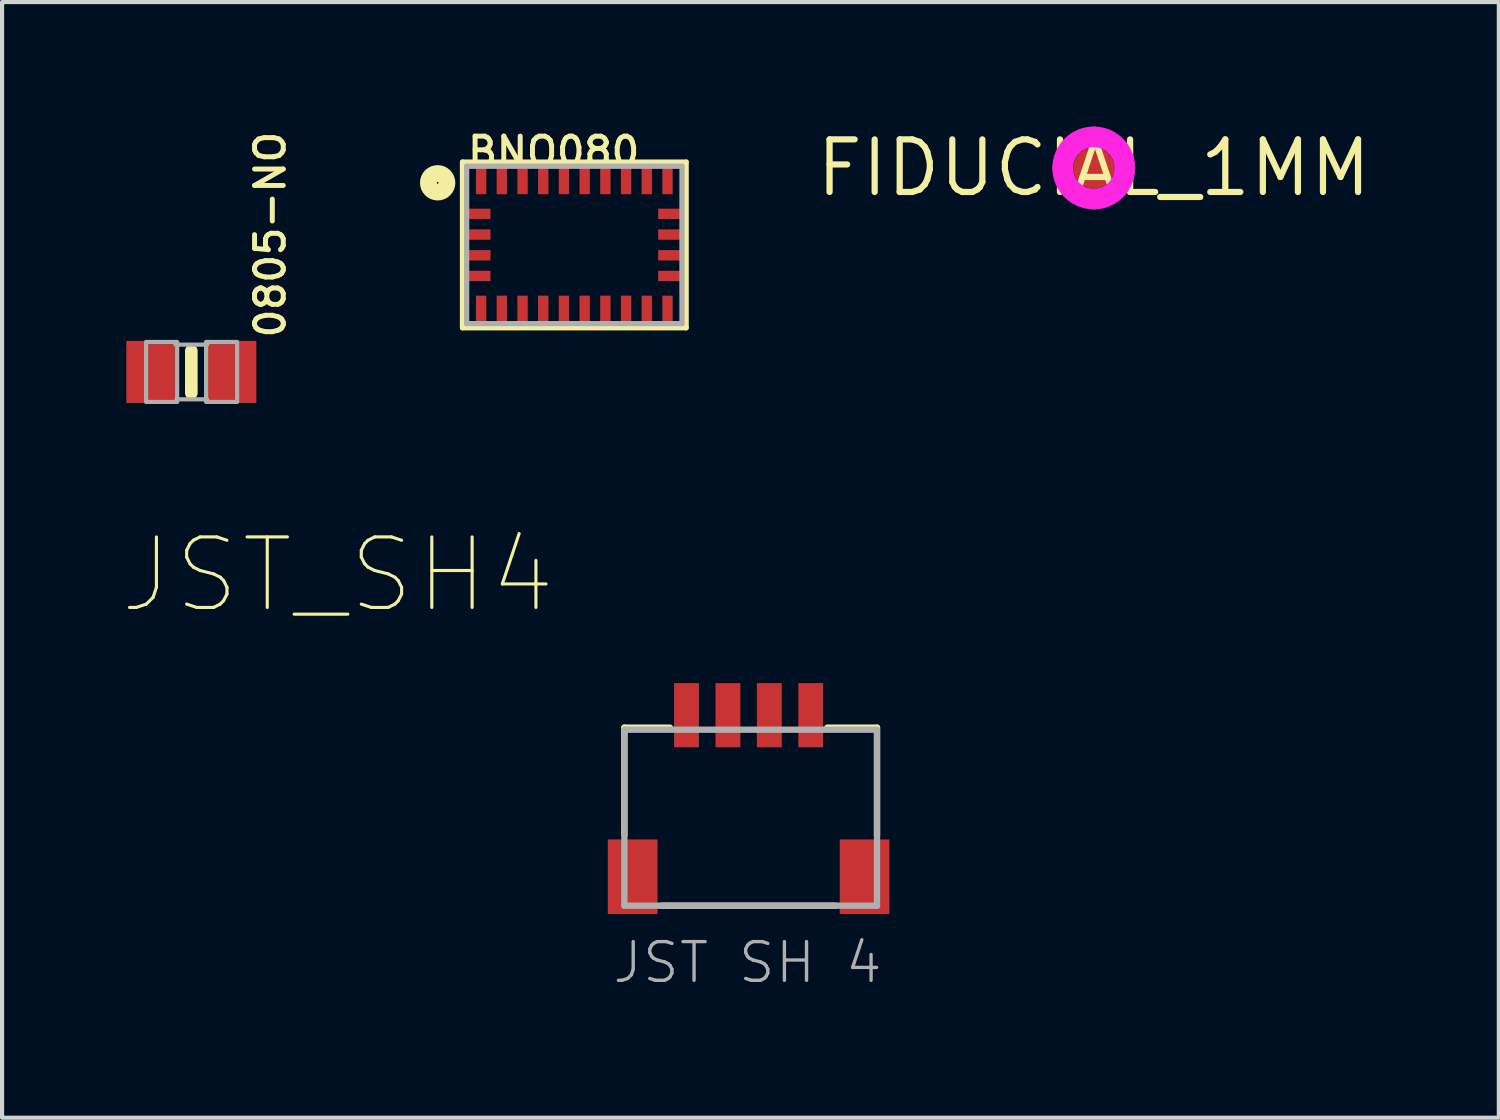
<source format=kicad_pcb>
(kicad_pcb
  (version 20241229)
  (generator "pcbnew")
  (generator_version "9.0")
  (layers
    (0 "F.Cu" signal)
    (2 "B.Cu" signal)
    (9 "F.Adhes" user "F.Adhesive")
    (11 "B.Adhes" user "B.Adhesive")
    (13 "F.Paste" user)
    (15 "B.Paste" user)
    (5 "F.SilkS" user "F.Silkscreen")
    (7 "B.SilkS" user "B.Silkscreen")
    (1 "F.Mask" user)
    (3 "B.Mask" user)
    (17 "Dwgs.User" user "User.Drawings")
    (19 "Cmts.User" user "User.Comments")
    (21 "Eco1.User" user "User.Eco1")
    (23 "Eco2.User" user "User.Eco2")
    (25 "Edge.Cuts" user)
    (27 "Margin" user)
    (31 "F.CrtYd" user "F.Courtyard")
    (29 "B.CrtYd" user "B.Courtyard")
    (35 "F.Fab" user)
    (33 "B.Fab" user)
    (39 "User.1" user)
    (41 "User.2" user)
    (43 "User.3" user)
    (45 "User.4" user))
  (footprint "FIDUCIAL_1MM"
    (layer "F.Cu")
    (at 23.362 1.006)
    (property "Reference" "FIDUCIAL_1MM" (at 0 0 0) (layer "F.SilkS") (effects (font (size 1.27 1.27) (thickness 0.15))))
    (fp_arc (start -0.75 0) (mid -0.53033 -0.53033) (end 0 -0.75) (stroke (width 0.5) (type solid)) (layer "F.Mask"))
    (fp_arc (start 0 -0.75) (mid 0.53033 -0.53033) (end 0.75 0) (stroke (width 0.5) (type solid)) (layer "F.Mask"))
    (fp_arc (start 0 0.75) (mid -0.53033 0.53033) (end -0.75 0) (stroke (width 0.5) (type solid)) (layer "F.Mask"))
    (fp_arc (start 0.75 0) (mid 0.53033 0.53033) (end 0 0.75) (stroke (width 0.5) (type solid)) (layer "F.Mask"))
    (fp_arc (start -0.75 0) (mid -0.53033 -0.53033) (end 0 -0.75) (stroke (width 0.5) (type solid)) (layer "F.CrtYd"))
    (fp_arc (start 0 -0.75) (mid 0.53033 -0.53033) (end 0.75 0) (stroke (width 0.5) (type solid)) (layer "F.CrtYd"))
    (fp_arc (start 0 0.75) (mid -0.53033 0.53033) (end -0.75 0) (stroke (width 0.5) (type solid)) (layer "F.CrtYd"))
    (fp_arc (start 0.75 0) (mid 0.53033 0.53033) (end 0 0.75) (stroke (width 0.5) (type solid)) (layer "F.CrtYd"))
    (pad "1" smd roundrect (at 0 0) (size 1 1) (layers "F.Cu" "F.Mask") (roundrect_rratio 0.5)))
  (footprint "0805-NO"
    (layer "F.Cu")
    (at 1.57 5.932)
    (property "Reference" "0805-NO" (at 1.905 -0.762 270) (layer "F.SilkS") (effects (font (size 0.693 0.693) (thickness 0.12)) (justify left)))
    (fp_line (start 0 -0.508) (end 0 0.508) (stroke (width 0.305) (type solid)) (layer "F.SilkS"))
    (fp_line (start -0.381 -0.66) (end 0.381 -0.66) (stroke (width 0.102) (type solid)) (layer "F.Fab"))
    (fp_line (start -0.356 0.66) (end 0.381 0.66) (stroke (width 0.102) (type solid)) (layer "F.Fab"))
    (fp_poly (pts (xy -1.092 0.724) (xy -0.342 0.724) (xy -0.342 -0.726) (xy -1.092 -0.726)) (stroke (width 0.1) (type solid)) (fill no) (layer "F.Fab"))
    (fp_poly (pts (xy 0.356 0.724) (xy 1.106 0.724) (xy 1.106 -0.726) (xy 0.356 -0.726)) (stroke (width 0.1) (type solid)) (fill no) (layer "F.Fab"))
    (pad "1" smd rect (at -0.95 0) (size 1.24 1.5) (layers "F.Cu" "F.Mask" "F.Paste"))
    (pad "2" smd rect (at 0.95 0) (size 1.24 1.5) (layers "F.Cu" "F.Mask" "F.Paste")))
  (footprint "BNO080"
    (layer "F.Cu")
    (at 10.818 2.864)
    (property "Reference" "BNO080" (at -2.64 -2.248 0) (layer "F.SilkS") (effects (font (size 0.693 0.693) (thickness 0.12)) (justify left)))
    (fp_line (start -2.7 -2) (end 2.7 -2) (stroke (width 0.127) (type solid)) (layer "F.SilkS"))
    (fp_line (start -2.7 2) (end -2.7 -2) (stroke (width 0.127) (type solid)) (layer "F.SilkS"))
    (fp_line (start 2.7 -2) (end 2.7 2) (stroke (width 0.127) (type solid)) (layer "F.SilkS"))
    (fp_line (start 2.7 2) (end -2.7 2) (stroke (width 0.127) (type solid)) (layer "F.SilkS"))
    (fp_circle (center -3.3 -1.5) (end -3.076 -1.5) (stroke (width 0.406) (type solid)) (fill no) (layer "F.SilkS"))
    (fp_line (start -2.6 -1.9) (end 2.6 -1.9) (stroke (width 0.127) (type solid)) (layer "F.Fab"))
    (fp_line (start -2.6 1.9) (end -2.6 -1.9) (stroke (width 0.127) (type solid)) (layer "F.Fab"))
    (fp_line (start 2.6 -1.9) (end 2.6 1.9) (stroke (width 0.127) (type solid)) (layer "F.Fab"))
    (fp_line (start 2.6 1.9) (end -2.6 1.9) (stroke (width 0.127) (type solid)) (layer "F.Fab"))
    (pad "1" smd rect (at -2.25 -1.562) (size 0.25 0.675) (layers "F.Cu" "F.Mask" "F.Paste"))
    (pad "2" smd rect (at -2.312 -0.75 90) (size 0.25 0.575) (layers "F.Cu" "F.Mask" "F.Paste"))
    (pad "3" smd rect (at -2.312 -0.25 90) (size 0.25 0.575) (layers "F.Cu" "F.Mask" "F.Paste"))
    (pad "4" smd rect (at -2.312 0.25 90) (size 0.25 0.575) (layers "F.Cu" "F.Mask" "F.Paste"))
    (pad "5" smd rect (at -2.312 0.75 90) (size 0.25 0.575) (layers "F.Cu" "F.Mask" "F.Paste"))
    (pad "6" smd rect (at -2.25 1.562) (size 0.25 0.675) (layers "F.Cu" "F.Mask" "F.Paste"))
    (pad "7" smd rect (at -1.75 1.562) (size 0.25 0.675) (layers "F.Cu" "F.Mask" "F.Paste"))
    (pad "8" smd rect (at -1.25 1.562) (size 0.25 0.675) (layers "F.Cu" "F.Mask" "F.Paste"))
    (pad "9" smd rect (at -0.75 1.562) (size 0.25 0.675) (layers "F.Cu" "F.Mask" "F.Paste"))
    (pad "10" smd rect (at -0.25 1.562) (size 0.25 0.675) (layers "F.Cu" "F.Mask" "F.Paste"))
    (pad "11" smd rect (at 0.25 1.562) (size 0.25 0.675) (layers "F.Cu" "F.Mask" "F.Paste"))
    (pad "12" smd rect (at 0.75 1.562) (size 0.25 0.675) (layers "F.Cu" "F.Mask" "F.Paste"))
    (pad "13" smd rect (at 1.25 1.562) (size 0.25 0.675) (layers "F.Cu" "F.Mask" "F.Paste"))
    (pad "14" smd rect (at 1.75 1.562) (size 0.25 0.675) (layers "F.Cu" "F.Mask" "F.Paste"))
    (pad "15" smd rect (at 2.25 1.562) (size 0.25 0.675) (layers "F.Cu" "F.Mask" "F.Paste"))
    (pad "16" smd rect (at 2.312 0.75 90) (size 0.25 0.575) (layers "F.Cu" "F.Mask" "F.Paste"))
    (pad "17" smd rect (at 2.312 0.25 90) (size 0.25 0.575) (layers "F.Cu" "F.Mask" "F.Paste"))
    (pad "18" smd rect (at 2.312 -0.25 90) (size 0.25 0.575) (layers "F.Cu" "F.Mask" "F.Paste"))
    (pad "19" smd rect (at 2.312 -0.75 90) (size 0.25 0.575) (layers "F.Cu" "F.Mask" "F.Paste"))
    (pad "20" smd rect (at 2.25 -1.562) (size 0.25 0.675) (layers "F.Cu" "F.Mask" "F.Paste"))
    (pad "21" smd rect (at 1.75 -1.562) (size 0.25 0.675) (layers "F.Cu" "F.Mask" "F.Paste"))
    (pad "22" smd rect (at 1.25 -1.562) (size 0.25 0.675) (layers "F.Cu" "F.Mask" "F.Paste"))
    (pad "23" smd rect (at 0.75 -1.562) (size 0.25 0.675) (layers "F.Cu" "F.Mask" "F.Paste"))
    (pad "24" smd rect (at 0.25 -1.562) (size 0.25 0.675) (layers "F.Cu" "F.Mask" "F.Paste"))
    (pad "25" smd rect (at -0.25 -1.562) (size 0.25 0.675) (layers "F.Cu" "F.Mask" "F.Paste"))
    (pad "26" smd rect (at -0.75 -1.562) (size 0.25 0.675) (layers "F.Cu" "F.Mask" "F.Paste"))
    (pad "27" smd rect (at -1.25 -1.562) (size 0.25 0.675) (layers "F.Cu" "F.Mask" "F.Paste"))
    (pad "28" smd rect (at -1.75 -1.562) (size 0.25 0.675) (layers "F.Cu" "F.Mask" "F.Paste")))
  (footprint "JST_SH4"
    (layer "F.Cu")
    (at 15.027 16.734)
    (property "Reference" "JST_SH4" (at -4.6 -5.9 180) (layer "F.SilkS") (effects (font (size 1.703 1.703) (thickness 0.075)) (justify right)))
    (fp_line (start -3 -2.214) (end -1.9 -2.214) (stroke (width 0.152) (type solid)) (layer "F.SilkS"))
    (fp_line (start -3 0.386) (end -3 -2.214) (stroke (width 0.152) (type solid)) (layer "F.SilkS"))
    (fp_line (start -2.1 2.086) (end 2.1 2.086) (stroke (width 0.152) (type solid)) (layer "F.SilkS"))
    (fp_line (start 1.9 -2.214) (end 3.1 -2.214) (stroke (width 0.152) (type solid)) (layer "F.SilkS"))
    (fp_line (start 3.1 -2.214) (end 3.1 0.386) (stroke (width 0.152) (type solid)) (layer "F.SilkS"))
    (fp_line (start -3 -2.164) (end 3.1 -2.164) (stroke (width 0.152) (type solid)) (layer "F.Fab"))
    (fp_line (start -3 2.086) (end -3 -2.164) (stroke (width 0.152) (type solid)) (layer "F.Fab"))
    (fp_line (start 3.1 -2.164) (end 3.1 2.086) (stroke (width 0.152) (type solid)) (layer "F.Fab"))
    (fp_line (start 3.1 2.086) (end -3 2.086) (stroke (width 0.152) (type solid)) (layer "F.Fab"))
    (fp_text user "JST SH 4" (at -3.33 4.006 0) (layer "F.Fab") (effects (font (size 0.935 0.935) (thickness 0.081)) (justify left bottom)))
    (pad "1" smd rect (at -1.5 -2.514 90) (size 1.55 0.6) (layers "F.Cu" "F.Mask" "F.Paste"))
    (pad "2" smd rect (at -0.5 -2.514 90) (size 1.55 0.6) (layers "F.Cu" "F.Mask" "F.Paste"))
    (pad "3" smd rect (at 0.5 -2.514 90) (size 1.55 0.6) (layers "F.Cu" "F.Mask" "F.Paste"))
    (pad "4" smd rect (at 1.5 -2.514 90) (size 1.55 0.6) (layers "F.Cu" "F.Mask" "F.Paste"))
    (pad "MT1" smd rect (at -2.8 1.386 90) (size 1.8 1.2) (layers "F.Cu" "F.Mask" "F.Paste"))
    (pad "MT2" smd rect (at 2.8 1.386 90) (size 1.8 1.2) (layers "F.Cu" "F.Mask" "F.Paste")))
  (gr_rect
    (start -3 -3)
    (end 33.142 23.94)
    (stroke (width 0.1) (type default))
    (fill no)
    (layer "Edge.Cuts")))
</source>
